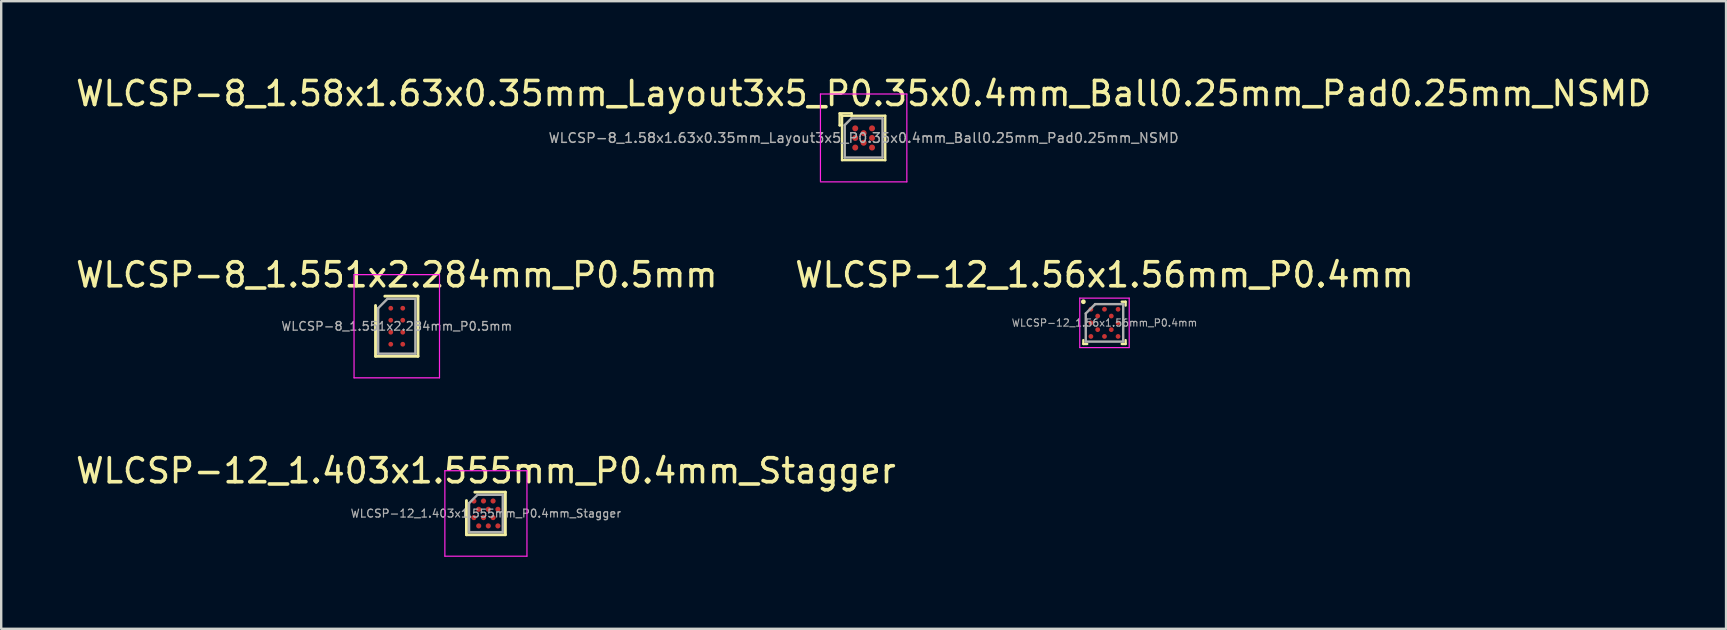
<source format=kicad_pcb>
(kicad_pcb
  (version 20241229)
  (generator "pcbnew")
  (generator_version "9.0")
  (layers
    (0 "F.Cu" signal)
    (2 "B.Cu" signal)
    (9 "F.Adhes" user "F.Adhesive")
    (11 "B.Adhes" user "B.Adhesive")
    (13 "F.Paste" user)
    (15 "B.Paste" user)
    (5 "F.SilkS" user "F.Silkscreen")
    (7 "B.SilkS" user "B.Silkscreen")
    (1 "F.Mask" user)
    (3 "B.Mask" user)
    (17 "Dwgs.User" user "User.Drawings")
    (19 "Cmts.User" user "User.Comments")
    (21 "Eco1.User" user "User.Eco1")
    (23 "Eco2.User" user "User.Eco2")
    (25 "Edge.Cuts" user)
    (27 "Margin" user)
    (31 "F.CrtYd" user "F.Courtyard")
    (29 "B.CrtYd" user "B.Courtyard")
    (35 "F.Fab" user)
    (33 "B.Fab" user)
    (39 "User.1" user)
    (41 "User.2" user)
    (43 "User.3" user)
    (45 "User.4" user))
  (footprint "WLCSP-12_1.56x1.56mm_P0.4mm"
    (layer "F.Cu")
    (at 42.97 10.402)
    (property "Reference" "WLCSP-12_1.56x1.56mm_P0.4mm" (at 0 -2 0) (layer "F.SilkS") (effects (font (size 1 1) (thickness 0.15))))
    (attr smd)
    (fp_line (start -0.88 0.88) (end -0.88 0.72) (stroke (width 0.1) (type solid)) (layer "F.SilkS"))
    (fp_line (start -0.88 0.88) (end -0.72 0.88) (stroke (width 0.1) (type solid)) (layer "F.SilkS"))
    (fp_line (start 0.88 -0.88) (end 0.72 -0.88) (stroke (width 0.1) (type solid)) (layer "F.SilkS"))
    (fp_line (start 0.88 -0.88) (end 0.88 -0.72) (stroke (width 0.1) (type solid)) (layer "F.SilkS"))
    (fp_line (start 0.88 0.88) (end 0.72 0.88) (stroke (width 0.1) (type solid)) (layer "F.SilkS"))
    (fp_line (start 0.88 0.88) (end 0.88 0.72) (stroke (width 0.1) (type solid)) (layer "F.SilkS"))
    (fp_circle (center -0.88 -0.88) (end -0.83 -0.88) (stroke (width 0.1) (type solid)) (fill no) (layer "F.SilkS"))
    (fp_line (start -1.03 -1.03) (end -1.03 1.03) (stroke (width 0.05) (type solid)) (layer "F.CrtYd"))
    (fp_line (start -1.03 -1.03) (end 1.03 -1.03) (stroke (width 0.05) (type solid)) (layer "F.CrtYd"))
    (fp_line (start -1.03 1.03) (end 1.03 1.03) (stroke (width 0.05) (type solid)) (layer "F.CrtYd"))
    (fp_line (start 1.03 -1.03) (end 1.03 1.03) (stroke (width 0.05) (type solid)) (layer "F.CrtYd"))
    (fp_line (start -0.78 -0.39) (end -0.39 -0.78) (stroke (width 0.1) (type solid)) (layer "F.Fab"))
    (fp_line (start -0.78 0.78) (end -0.78 -0.39) (stroke (width 0.1) (type solid)) (layer "F.Fab"))
    (fp_line (start -0.39 -0.78) (end 0.78 -0.78) (stroke (width 0.1) (type solid)) (layer "F.Fab"))
    (fp_line (start 0.78 0.78) (end -0.78 0.78) (stroke (width 0.1) (type solid)) (layer "F.Fab"))
    (fp_line (start 0.78 0.78) (end 0.78 -0.78) (stroke (width 0.1) (type solid)) (layer "F.Fab"))
    (fp_text user "${REFERENCE}" (at 0 0 0) (layer "F.Fab") (effects (font (size 0.3 0.3) (thickness 0.045))))
    (pad "A1" smd circle (at -0.566 -0.566) (size 0.2 0.2) (layers "F.Cu" "F.Mask" "F.Paste"))
    (pad "A3" smd circle (at 0 -0.566) (size 0.2 0.2) (layers "F.Cu" "F.Mask" "F.Paste"))
    (pad "A5" smd circle (at 0.566 -0.566) (size 0.2 0.2) (layers "F.Cu" "F.Mask" "F.Paste"))
    (pad "B2" smd circle (at -0.283 -0.283) (size 0.2 0.2) (layers "F.Cu" "F.Mask" "F.Paste"))
    (pad "B4" smd circle (at 0.283 -0.283) (size 0.2 0.2) (layers "F.Cu" "F.Mask" "F.Paste"))
    (pad "C1" smd circle (at -0.566 0) (size 0.2 0.2) (layers "F.Cu" "F.Mask" "F.Paste"))
    (pad "C5" smd circle (at 0.566 0) (size 0.2 0.2) (layers "F.Cu" "F.Mask" "F.Paste"))
    (pad "D2" smd circle (at -0.283 0.283) (size 0.2 0.2) (layers "F.Cu" "F.Mask" "F.Paste"))
    (pad "D4" smd circle (at 0.283 0.283) (size 0.2 0.2) (layers "F.Cu" "F.Mask" "F.Paste"))
    (pad "E1" smd circle (at -0.566 0.566) (size 0.2 0.2) (layers "F.Cu" "F.Mask" "F.Paste"))
    (pad "E3" smd circle (at 0 0.566) (size 0.2 0.2) (layers "F.Cu" "F.Mask" "F.Paste"))
    (pad "E5" smd circle (at 0.566 0.566) (size 0.2 0.2) (layers "F.Cu" "F.Mask" "F.Paste")))
  (footprint "WLCSP-8_1.58x1.63x0.35mm_Layout3x5_P0.35x0.4mm_Ball0.25mm_Pad0.25mm_NSMD"
    (layer "F.Cu")
    (at 32.935 2.698)
    (property "Reference" "WLCSP-8_1.58x1.63x0.35mm_Layout3x5_P0.35x0.4mm_Ball0.25mm_Pad0.25mm_NSMD" (at 0 -1.85 0) (layer "F.SilkS") (effects (font (size 1 1) (thickness 0.15))))
    (attr smd)
    (fp_line (start -1 -0.525) (end -1 -1.025) (stroke (width 0.1) (type solid)) (layer "F.SilkS"))
    (fp_line (start -1 -0.525) (end -0.9 -0.525) (stroke (width 0.1) (type solid)) (layer "F.SilkS"))
    (fp_line (start -0.95 -0.975) (end -0.9 -0.925) (stroke (width 0.1) (type solid)) (layer "F.SilkS"))
    (fp_line (start -0.9 0.925) (end -0.9 -0.925) (stroke (width 0.1) (type solid)) (layer "F.SilkS"))
    (fp_line (start -0.9 0.925) (end 0.9 0.925) (stroke (width 0.1) (type solid)) (layer "F.SilkS"))
    (fp_line (start -0.5 -1.025) (end -1 -1.025) (stroke (width 0.1) (type solid)) (layer "F.SilkS"))
    (fp_line (start -0.5 -1.025) (end -0.5 -0.925) (stroke (width 0.1) (type solid)) (layer "F.SilkS"))
    (fp_line (start 0.9 -0.925) (end -0.9 -0.925) (stroke (width 0.1) (type solid)) (layer "F.SilkS"))
    (fp_line (start 0.9 0.925) (end 0.9 -0.925) (stroke (width 0.1) (type solid)) (layer "F.SilkS"))
    (fp_line (start -1.8 1.8) (end -1.8 -1.83) (stroke (width 0.05) (type solid)) (layer "F.CrtYd"))
    (fp_line (start -1.8 1.83) (end 1.8 1.83) (stroke (width 0.05) (type solid)) (layer "F.CrtYd"))
    (fp_line (start 1.8 -1.83) (end -1.8 -1.83) (stroke (width 0.05) (type solid)) (layer "F.CrtYd"))
    (fp_line (start 1.8 1.83) (end 1.8 -1.83) (stroke (width 0.05) (type solid)) (layer "F.CrtYd"))
    (fp_line (start -0.787 -0.537) (end -0.787 0.816) (stroke (width 0.1) (type solid)) (layer "F.Fab"))
    (fp_line (start -0.787 -0.537) (end -0.509 -0.816) (stroke (width 0.1) (type solid)) (layer "F.Fab"))
    (fp_line (start -0.787 0.816) (end 0.787 0.816) (stroke (width 0.1) (type solid)) (layer "F.Fab"))
    (fp_line (start 0.787 -0.816) (end -0.509 -0.816) (stroke (width 0.1) (type solid)) (layer "F.Fab"))
    (fp_line (start 0.787 -0.816) (end 0.787 0.816) (stroke (width 0.1) (type solid)) (layer "F.Fab"))
    (fp_text user "${REFERENCE}" (at 0 0 0) (layer "F.Fab") (effects (font (size 0.4 0.4) (thickness 0.06))))
    (pad "A1" smd circle (at -0.35 -0.4) (size 0.25 0.25) (layers "F.Cu" "F.Mask" "F.Paste"))
    (pad "A3" smd circle (at 0.35 -0.4) (size 0.25 0.25) (layers "F.Cu" "F.Mask" "F.Paste"))
    (pad "B2" smd circle (at 0 -0.2) (size 0.25 0.25) (layers "F.Cu" "F.Mask" "F.Paste"))
    (pad "C1" smd circle (at -0.35 0) (size 0.25 0.25) (layers "F.Cu" "F.Mask" "F.Paste"))
    (pad "C3" smd circle (at 0.35 0) (size 0.25 0.25) (layers "F.Cu" "F.Mask" "F.Paste"))
    (pad "D2" smd circle (at 0 0.2) (size 0.25 0.25) (layers "F.Cu" "F.Mask" "F.Paste"))
    (pad "E1" smd circle (at -0.35 0.4) (size 0.25 0.25) (layers "F.Cu" "F.Mask" "F.Paste"))
    (pad "E3" smd circle (at 0.35 0.4) (size 0.25 0.25) (layers "F.Cu" "F.Mask" "F.Paste")))
  (footprint "WLCSP-12_1.403x1.555mm_P0.4mm_Stagger"
    (layer "F.Cu")
    (at 17.196 18.344)
    (property "Reference" "WLCSP-12_1.403x1.555mm_P0.4mm_Stagger" (at 0 -1.778 0) (layer "F.SilkS") (effects (font (size 1 1) (thickness 0.15))))
    (attr smd)
    (fp_line (start -0.811 0.887) (end -0.811 -0.537) (stroke (width 0.12) (type solid)) (layer "F.SilkS"))
    (fp_line (start -0.461 -0.887) (end 0.811 -0.887) (stroke (width 0.12) (type solid)) (layer "F.SilkS"))
    (fp_line (start 0.811 -0.887) (end 0.811 0.887) (stroke (width 0.12) (type solid)) (layer "F.SilkS"))
    (fp_line (start 0.811 0.887) (end -0.811 0.887) (stroke (width 0.12) (type solid)) (layer "F.SilkS"))
    (fp_line (start -1.71 -1.78) (end -1.71 1.78) (stroke (width 0.05) (type solid)) (layer "F.CrtYd"))
    (fp_line (start -1.71 1.78) (end 1.71 1.78) (stroke (width 0.05) (type solid)) (layer "F.CrtYd"))
    (fp_line (start 1.71 -1.78) (end -1.71 -1.78) (stroke (width 0.05) (type solid)) (layer "F.CrtYd"))
    (fp_line (start 1.71 1.78) (end 1.71 -1.78) (stroke (width 0.05) (type solid)) (layer "F.CrtYd"))
    (fp_line (start -0.702 -0.427) (end -0.351 -0.777) (stroke (width 0.1) (type solid)) (layer "F.Fab"))
    (fp_line (start -0.702 0.777) (end -0.702 -0.427) (stroke (width 0.1) (type solid)) (layer "F.Fab"))
    (fp_line (start -0.351 -0.777) (end 0.702 -0.777) (stroke (width 0.1) (type solid)) (layer "F.Fab"))
    (fp_line (start 0.702 -0.777) (end 0.702 0.777) (stroke (width 0.1) (type solid)) (layer "F.Fab"))
    (fp_line (start 0.702 0.777) (end -0.702 0.777) (stroke (width 0.1) (type solid)) (layer "F.Fab"))
    (fp_text user "${REFERENCE}" (at 0 0 0) (layer "F.Fab") (effects (font (size 0.33 0.33) (thickness 0.05))))
    (pad "A1" smd circle (at -0.5 -0.519) (size 0.215 0.215) (layers "F.Cu" "F.Mask" "F.Paste"))
    (pad "A3" smd circle (at -0.1 -0.519) (size 0.215 0.215) (layers "F.Cu" "F.Mask" "F.Paste"))
    (pad "A5" smd circle (at 0.3 -0.519) (size 0.215 0.215) (layers "F.Cu" "F.Mask" "F.Paste"))
    (pad "B2" smd circle (at -0.3 -0.173) (size 0.215 0.215) (layers "F.Cu" "F.Mask" "F.Paste"))
    (pad "B4" smd circle (at 0.1 -0.173) (size 0.215 0.215) (layers "F.Cu" "F.Mask" "F.Paste"))
    (pad "B6" smd circle (at 0.5 -0.173) (size 0.215 0.215) (layers "F.Cu" "F.Mask" "F.Paste"))
    (pad "C1" smd circle (at -0.5 0.173) (size 0.215 0.215) (layers "F.Cu" "F.Mask" "F.Paste"))
    (pad "C3" smd circle (at -0.1 0.173) (size 0.215 0.215) (layers "F.Cu" "F.Mask" "F.Paste"))
    (pad "C5" smd circle (at 0.3 0.173) (size 0.215 0.215) (layers "F.Cu" "F.Mask" "F.Paste"))
    (pad "D2" smd circle (at -0.3 0.519) (size 0.215 0.215) (layers "F.Cu" "F.Mask" "F.Paste"))
    (pad "D4" smd circle (at 0.1 0.519) (size 0.215 0.215) (layers "F.Cu" "F.Mask" "F.Paste"))
    (pad "D6" smd circle (at 0.5 0.519) (size 0.215 0.215) (layers "F.Cu" "F.Mask" "F.Paste")))
  (footprint "WLCSP-8_1.551x2.284mm_P0.5mm"
    (layer "F.Cu")
    (at 13.482 10.543)
    (property "Reference" "WLCSP-8_1.551x2.284mm_P0.5mm" (at 0 -2.142 0) (layer "F.SilkS") (effects (font (size 1 1) (thickness 0.15))))
    (attr smd)
    (fp_line (start -0.885 1.252) (end -0.885 -0.864) (stroke (width 0.12) (type solid)) (layer "F.SilkS"))
    (fp_line (start -0.498 -1.252) (end 0.885 -1.252) (stroke (width 0.12) (type solid)) (layer "F.SilkS"))
    (fp_line (start 0.885 -1.252) (end 0.885 1.252) (stroke (width 0.12) (type solid)) (layer "F.SilkS"))
    (fp_line (start 0.885 1.252) (end -0.885 1.252) (stroke (width 0.12) (type solid)) (layer "F.SilkS"))
    (fp_line (start -1.78 -2.15) (end -1.78 2.15) (stroke (width 0.05) (type solid)) (layer "F.CrtYd"))
    (fp_line (start -1.78 2.15) (end 1.78 2.15) (stroke (width 0.05) (type solid)) (layer "F.CrtYd"))
    (fp_line (start 1.78 -2.15) (end -1.78 -2.15) (stroke (width 0.05) (type solid)) (layer "F.CrtYd"))
    (fp_line (start 1.78 2.15) (end 1.78 -2.15) (stroke (width 0.05) (type solid)) (layer "F.CrtYd"))
    (fp_line (start -0.775 -0.754) (end -0.388 -1.142) (stroke (width 0.1) (type solid)) (layer "F.Fab"))
    (fp_line (start -0.775 1.142) (end -0.775 -0.754) (stroke (width 0.1) (type solid)) (layer "F.Fab"))
    (fp_line (start -0.388 -1.142) (end 0.775 -1.142) (stroke (width 0.1) (type solid)) (layer "F.Fab"))
    (fp_line (start 0.775 -1.142) (end 0.775 1.142) (stroke (width 0.1) (type solid)) (layer "F.Fab"))
    (fp_line (start 0.775 1.142) (end -0.775 1.142) (stroke (width 0.1) (type solid)) (layer "F.Fab"))
    (fp_text user "${REFERENCE}" (at 0 0 0) (layer "F.Fab") (effects (font (size 0.36 0.36) (thickness 0.054))))
    (pad "A1" smd circle (at -0.25 -0.75) (size 0.2 0.2) (layers "F.Cu" "F.Mask" "F.Paste"))
    (pad "A2" smd circle (at 0.25 -0.75) (size 0.2 0.2) (layers "F.Cu" "F.Mask" "F.Paste"))
    (pad "B1" smd circle (at -0.25 -0.25) (size 0.2 0.2) (layers "F.Cu" "F.Mask" "F.Paste"))
    (pad "B2" smd circle (at 0.25 -0.25) (size 0.2 0.2) (layers "F.Cu" "F.Mask" "F.Paste"))
    (pad "C1" smd circle (at -0.25 0.25) (size 0.2 0.2) (layers "F.Cu" "F.Mask" "F.Paste"))
    (pad "C2" smd circle (at 0.25 0.25) (size 0.2 0.2) (layers "F.Cu" "F.Mask" "F.Paste"))
    (pad "D1" smd circle (at -0.25 0.75) (size 0.2 0.2) (layers "F.Cu" "F.Mask" "F.Paste"))
    (pad "D2" smd circle (at 0.25 0.75) (size 0.2 0.2) (layers "F.Cu" "F.Mask" "F.Paste")))
  (gr_rect
    (start -3 -3)
    (end 68.869 23.149)
    (stroke (width 0.1) (type default))
    (fill no)
    (layer "Edge.Cuts")))
</source>
